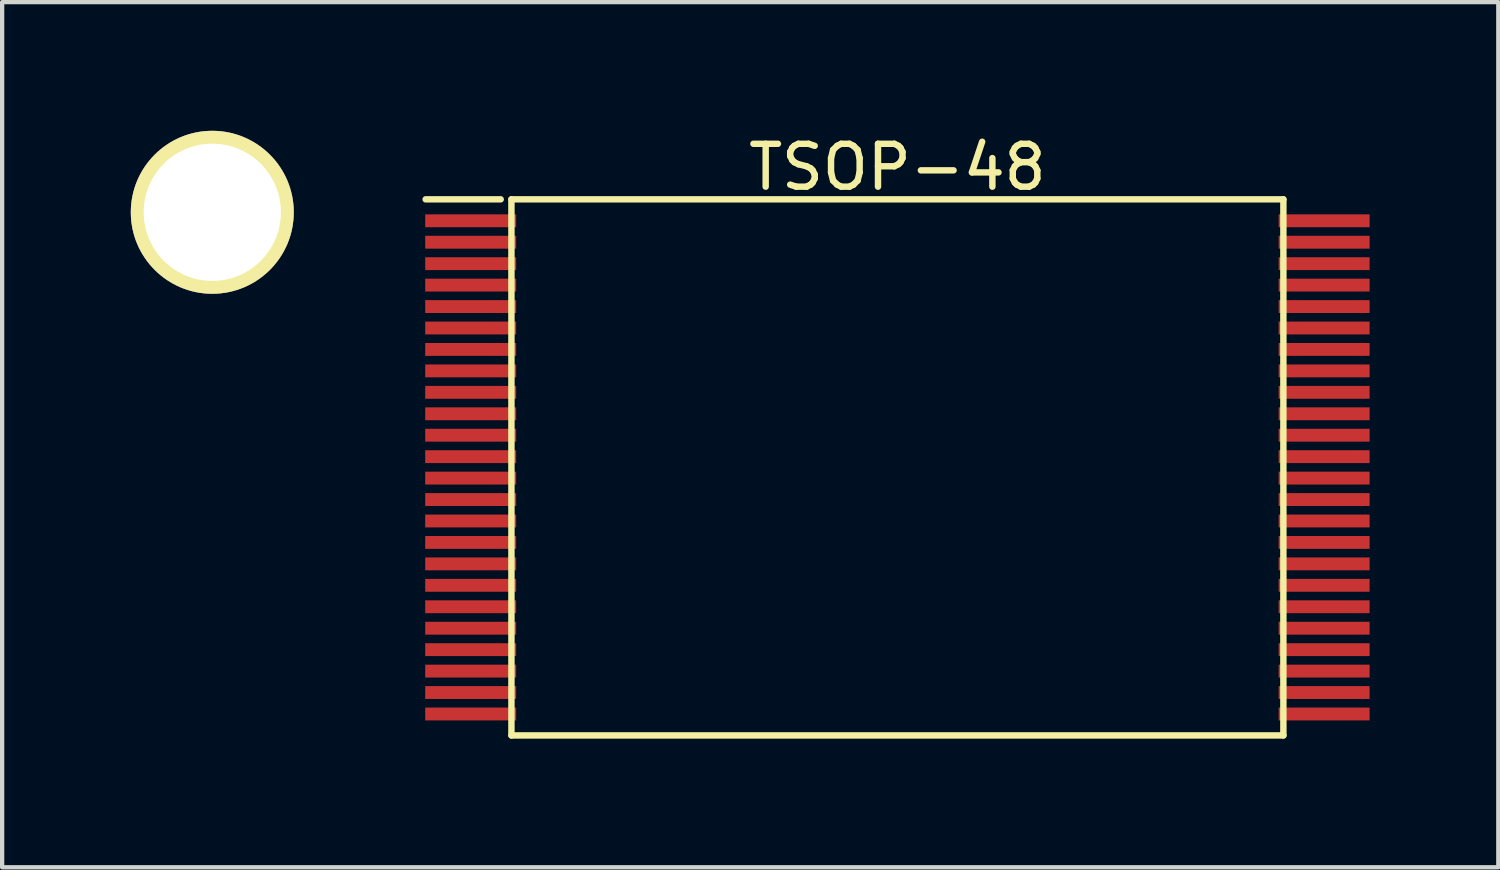
<source format=kicad_pcb>
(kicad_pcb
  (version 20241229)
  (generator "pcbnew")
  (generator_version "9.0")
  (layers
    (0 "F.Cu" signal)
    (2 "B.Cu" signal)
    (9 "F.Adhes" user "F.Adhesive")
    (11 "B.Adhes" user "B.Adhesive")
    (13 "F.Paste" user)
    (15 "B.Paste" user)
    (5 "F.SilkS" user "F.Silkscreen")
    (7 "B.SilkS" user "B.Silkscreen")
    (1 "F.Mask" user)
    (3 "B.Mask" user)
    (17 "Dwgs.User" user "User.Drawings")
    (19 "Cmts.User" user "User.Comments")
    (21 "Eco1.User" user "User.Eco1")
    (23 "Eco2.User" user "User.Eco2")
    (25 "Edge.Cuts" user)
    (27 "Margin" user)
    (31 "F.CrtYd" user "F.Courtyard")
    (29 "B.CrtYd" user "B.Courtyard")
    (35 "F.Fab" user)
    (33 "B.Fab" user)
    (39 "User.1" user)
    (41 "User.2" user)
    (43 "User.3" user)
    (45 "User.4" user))
  (footprint "HOLE"
    (layer "F.Cu")
    (at 1.9 1.9)
    (property "Reference" "HOLE" (at 0 -0.127 0) (layer "F.SilkS") (effects (font (size 0.127 0.127) (thickness 0.032))))
    (attr through_hole)
    (pad "1" thru_hole circle (at 0 0) (size 3.8 3.8) (drill 3.2) (layers "*.Cu" "*.Mask" "F.SilkS")))
  (footprint "TSOP-48"
    (layer "F.Cu")
    (at 17.875 7.848)
    (property "Reference" "TSOP-48" (at 0 -7 0) (layer "F.SilkS") (effects (font (size 1 1) (thickness 0.15))))
    (attr through_hole)
    (fp_line (start -11 -6.25) (end -9.25 -6.25) (stroke (width 0.15) (type solid)) (layer "F.SilkS"))
    (fp_line (start -9 -6.25) (end -9 6.25) (stroke (width 0.15) (type solid)) (layer "F.SilkS"))
    (fp_line (start -9 6.25) (end 9 6.25) (stroke (width 0.15) (type solid)) (layer "F.SilkS"))
    (fp_line (start 9 -6.25) (end -9 -6.25) (stroke (width 0.15) (type solid)) (layer "F.SilkS"))
    (fp_line (start 9 6.25) (end 9 -6.25) (stroke (width 0.15) (type solid)) (layer "F.SilkS"))
    (pad "1" smd rect (at -9.95 -5.75) (size 2.121 0.3) (layers "F.Cu" "F.Mask" "F.Paste"))
    (pad "2" smd rect (at -9.95 -5.25) (size 2.121 0.3) (layers "F.Cu" "F.Mask" "F.Paste"))
    (pad "3" smd rect (at -9.95 -4.75) (size 2.121 0.3) (layers "F.Cu" "F.Mask" "F.Paste"))
    (pad "4" smd rect (at -9.95 -4.25) (size 2.121 0.3) (layers "F.Cu" "F.Mask" "F.Paste"))
    (pad "5" smd rect (at -9.95 -3.75) (size 2.121 0.3) (layers "F.Cu" "F.Mask" "F.Paste"))
    (pad "6" smd rect (at -9.95 -3.25) (size 2.121 0.3) (layers "F.Cu" "F.Mask" "F.Paste"))
    (pad "7" smd rect (at -9.95 -2.75) (size 2.121 0.3) (layers "F.Cu" "F.Mask" "F.Paste"))
    (pad "8" smd rect (at -9.95 -2.25) (size 2.121 0.3) (layers "F.Cu" "F.Mask" "F.Paste"))
    (pad "9" smd rect (at -9.95 -1.75) (size 2.121 0.3) (layers "F.Cu" "F.Mask" "F.Paste"))
    (pad "10" smd rect (at -9.95 -1.25) (size 2.121 0.3) (layers "F.Cu" "F.Mask" "F.Paste"))
    (pad "11" smd rect (at -9.95 -0.75) (size 2.121 0.3) (layers "F.Cu" "F.Mask" "F.Paste"))
    (pad "12" smd rect (at -9.95 -0.25) (size 2.121 0.3) (layers "F.Cu" "F.Mask" "F.Paste"))
    (pad "13" smd rect (at -9.95 0.25) (size 2.121 0.3) (layers "F.Cu" "F.Mask" "F.Paste"))
    (pad "14" smd rect (at -9.95 0.75) (size 2.121 0.3) (layers "F.Cu" "F.Mask" "F.Paste"))
    (pad "15" smd rect (at -9.95 1.25) (size 2.121 0.3) (layers "F.Cu" "F.Mask" "F.Paste"))
    (pad "16" smd rect (at -9.95 1.75) (size 2.121 0.3) (layers "F.Cu" "F.Mask" "F.Paste"))
    (pad "17" smd rect (at -9.95 2.25) (size 2.121 0.3) (layers "F.Cu" "F.Mask" "F.Paste"))
    (pad "18" smd rect (at -9.95 2.75) (size 2.121 0.3) (layers "F.Cu" "F.Mask" "F.Paste"))
    (pad "19" smd rect (at -9.95 3.25) (size 2.121 0.3) (layers "F.Cu" "F.Mask" "F.Paste"))
    (pad "20" smd rect (at -9.95 3.75) (size 2.121 0.3) (layers "F.Cu" "F.Mask" "F.Paste"))
    (pad "21" smd rect (at -9.95 4.25) (size 2.121 0.3) (layers "F.Cu" "F.Mask" "F.Paste"))
    (pad "22" smd rect (at -9.95 4.75) (size 2.121 0.3) (layers "F.Cu" "F.Mask" "F.Paste"))
    (pad "23" smd rect (at -9.95 5.25) (size 2.121 0.3) (layers "F.Cu" "F.Mask" "F.Paste"))
    (pad "24" smd rect (at -9.95 5.75) (size 2.121 0.3) (layers "F.Cu" "F.Mask" "F.Paste"))
    (pad "25" smd rect (at 9.95 5.75) (size 2.121 0.3) (layers "F.Cu" "F.Mask" "F.Paste"))
    (pad "26" smd rect (at 9.95 5.25) (size 2.121 0.3) (layers "F.Cu" "F.Mask" "F.Paste"))
    (pad "27" smd rect (at 9.95 4.75) (size 2.121 0.3) (layers "F.Cu" "F.Mask" "F.Paste"))
    (pad "28" smd rect (at 9.95 4.25) (size 2.121 0.3) (layers "F.Cu" "F.Mask" "F.Paste"))
    (pad "29" smd rect (at 9.95 3.75) (size 2.121 0.3) (layers "F.Cu" "F.Mask" "F.Paste"))
    (pad "30" smd rect (at 9.95 3.25) (size 2.121 0.3) (layers "F.Cu" "F.Mask" "F.Paste"))
    (pad "31" smd rect (at 9.95 2.75) (size 2.121 0.3) (layers "F.Cu" "F.Mask" "F.Paste"))
    (pad "32" smd rect (at 9.95 2.25) (size 2.121 0.3) (layers "F.Cu" "F.Mask" "F.Paste"))
    (pad "33" smd rect (at 9.95 1.75) (size 2.121 0.3) (layers "F.Cu" "F.Mask" "F.Paste"))
    (pad "34" smd rect (at 9.95 1.25) (size 2.121 0.3) (layers "F.Cu" "F.Mask" "F.Paste"))
    (pad "35" smd rect (at 9.95 0.75) (size 2.121 0.3) (layers "F.Cu" "F.Mask" "F.Paste"))
    (pad "36" smd rect (at 9.95 0.25) (size 2.121 0.3) (layers "F.Cu" "F.Mask" "F.Paste"))
    (pad "37" smd rect (at 9.95 -0.25) (size 2.121 0.3) (layers "F.Cu" "F.Mask" "F.Paste"))
    (pad "38" smd rect (at 9.95 -0.75) (size 2.121 0.3) (layers "F.Cu" "F.Mask" "F.Paste"))
    (pad "39" smd rect (at 9.95 -1.25) (size 2.121 0.3) (layers "F.Cu" "F.Mask" "F.Paste"))
    (pad "40" smd rect (at 9.95 -1.75) (size 2.121 0.3) (layers "F.Cu" "F.Mask" "F.Paste"))
    (pad "41" smd rect (at 9.95 -2.25) (size 2.121 0.3) (layers "F.Cu" "F.Mask" "F.Paste"))
    (pad "42" smd rect (at 9.95 -2.75) (size 2.121 0.3) (layers "F.Cu" "F.Mask" "F.Paste"))
    (pad "43" smd rect (at 9.95 -3.25) (size 2.121 0.3) (layers "F.Cu" "F.Mask" "F.Paste"))
    (pad "44" smd rect (at 9.95 -3.75) (size 2.121 0.3) (layers "F.Cu" "F.Mask" "F.Paste"))
    (pad "45" smd rect (at 9.95 -4.25) (size 2.121 0.3) (layers "F.Cu" "F.Mask" "F.Paste"))
    (pad "46" smd rect (at 9.95 -4.75) (size 2.121 0.3) (layers "F.Cu" "F.Mask" "F.Paste"))
    (pad "47" smd rect (at 9.95 -5.25) (size 2.121 0.3) (layers "F.Cu" "F.Mask" "F.Paste"))
    (pad "48" smd rect (at 9.95 -5.75) (size 2.121 0.3) (layers "F.Cu" "F.Mask" "F.Paste")))
  (gr_rect
    (start -3 -3)
    (end 31.886 17.173)
    (stroke (width 0.1) (type default))
    (fill no)
    (layer "Edge.Cuts")))
</source>
